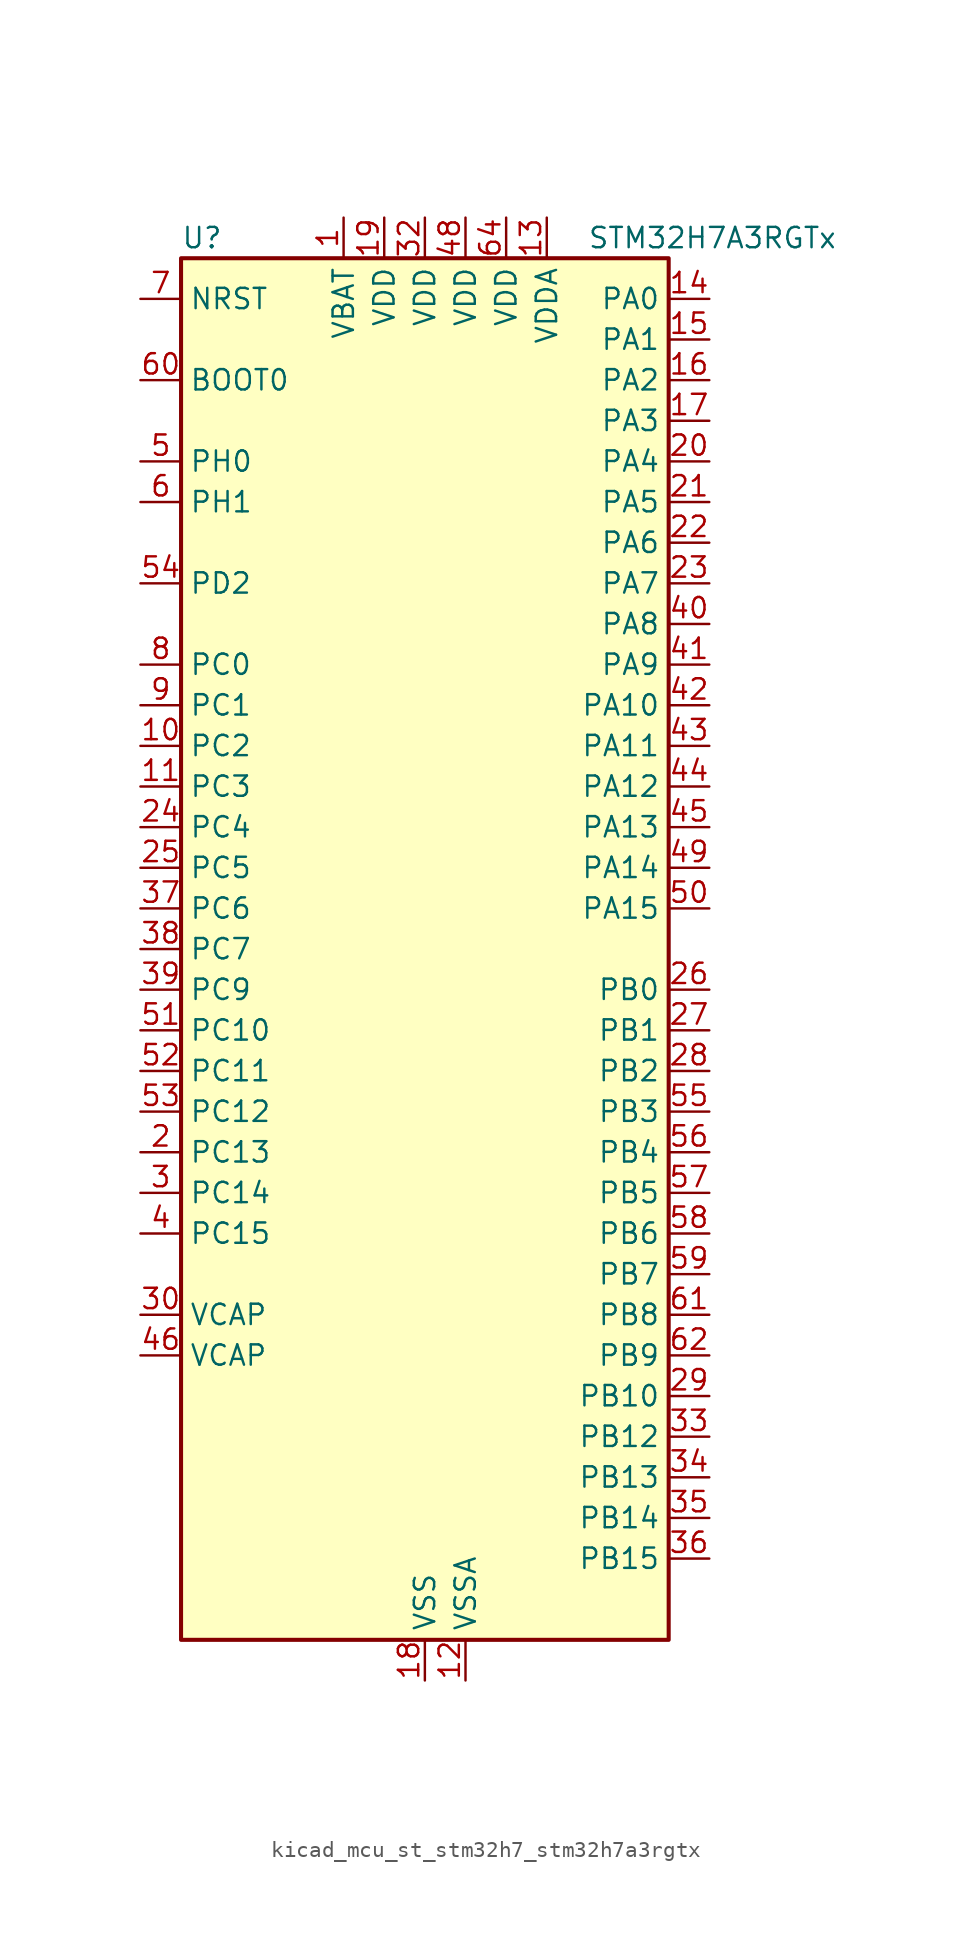
<source format=kicad_sym>
(kicad_symbol_lib
  (version 20220914)
  (generator kicad_symbol_editor)
  (symbol "kicad_mcu_st_stm32h7_stm32h7a3rgtx"
    (property "Reference" "U"
      (at -15.24 44.45 0)
      (effects (font (size 1.27 1.27)) (justify left)))
    (property "Value" "STM32H7A3RGTx"
      (at 10.16 44.45 0)
      (effects (font (size 1.27 1.27)) (justify left)))
    (property "ki_locked" ""
      (at 0 0 0)
      (effects (font (size 1.27 1.27))))
    (symbol "kicad_mcu_st_stm32h7_stm32h7a3rgtx_0_1"
      (rectangle (start -15.24 -43.18) (end 15.24 43.18) (stroke (width 0.254) (type default)) (fill (type background))))
    (symbol "kicad_mcu_st_stm32h7_stm32h7a3rgtx_1_1"
      (pin power_in line (at -5.08 45.72 270) (length 2.54) (name "VBAT" (effects (font (size 1.27 1.27)))) (number "1" (effects (font (size 1.27 1.27)))))
      (pin bidirectional line (at -17.78 12.7 0) (length 2.54) (name "PC2" (effects (font (size 1.27 1.27)))) (number "10" (effects (font (size 1.27 1.27)))) (alternate "ADC1_INN11" bidirectional line) (alternate "ADC1_INP12" bidirectional line) (alternate "ADC2_INN11" bidirectional line) (alternate "ADC2_INP12" bidirectional line) (alternate "DFSDM1_CKIN1" bidirectional line) (alternate "DFSDM1_CKOUT" bidirectional line) (alternate "I2S2_SDI" bidirectional line) (alternate "OCTOSPIM_P1_IO2" bidirectional line) (alternate "OCTOSPIM_P1_IO5" bidirectional line) (alternate "PWR_CSTOP" bidirectional line) (alternate "SPI2_MISO" bidirectional line) (alternate "USB_OTG_HS_ULPI_DIR" bidirectional line))
      (pin bidirectional line (at -17.78 10.16 0) (length 2.54) (name "PC3" (effects (font (size 1.27 1.27)))) (number "11" (effects (font (size 1.27 1.27)))) (alternate "ADC1_INN12" bidirectional line) (alternate "ADC1_INP13" bidirectional line) (alternate "ADC2_INN12" bidirectional line) (alternate "ADC2_INP13" bidirectional line) (alternate "DFSDM1_DATIN1" bidirectional line) (alternate "I2S2_SDO" bidirectional line) (alternate "OCTOSPIM_P1_IO0" bidirectional line) (alternate "OCTOSPIM_P1_IO6" bidirectional line) (alternate "PWR_CSLEEP" bidirectional line) (alternate "SPI2_MOSI" bidirectional line) (alternate "USB_OTG_HS_ULPI_NXT" bidirectional line))
      (pin power_in line (at 2.54 -45.72 90) (length 2.54) (name "VSSA" (effects (font (size 1.27 1.27)))) (number "12" (effects (font (size 1.27 1.27)))))
      (pin power_in line (at 7.62 45.72 270) (length 2.54) (name "VDDA" (effects (font (size 1.27 1.27)))) (number "13" (effects (font (size 1.27 1.27)))))
      (pin bidirectional line (at 17.78 40.64 180) (length 2.54) (name "PA0" (effects (font (size 1.27 1.27)))) (number "14" (effects (font (size 1.27 1.27)))) (alternate "ADC1_INP16" bidirectional line) (alternate "I2S6_WS" bidirectional line) (alternate "PWR_WKUP1" bidirectional line) (alternate "SAI2_SD_B" bidirectional line) (alternate "SDMMC2_CMD" bidirectional line) (alternate "SPI6_NSS" bidirectional line) (alternate "TIM15_BKIN" bidirectional line) (alternate "TIM2_CH1" bidirectional line) (alternate "TIM2_ETR" bidirectional line) (alternate "TIM5_CH1" bidirectional line) (alternate "TIM8_ETR" bidirectional line) (alternate "UART4_TX" bidirectional line) (alternate "USART2_CTS" bidirectional line) (alternate "USART2_NSS" bidirectional line))
      (pin bidirectional line (at 17.78 38.1 180) (length 2.54) (name "PA1" (effects (font (size 1.27 1.27)))) (number "15" (effects (font (size 1.27 1.27)))) (alternate "ADC1_INN16" bidirectional line) (alternate "ADC1_INP17" bidirectional line) (alternate "LPTIM3_OUT" bidirectional line) (alternate "LTDC_R2" bidirectional line) (alternate "OCTOSPIM_P1_DQS" bidirectional line) (alternate "OCTOSPIM_P1_IO3" bidirectional line) (alternate "SAI2_MCLK_B" bidirectional line) (alternate "TIM15_CH1N" bidirectional line) (alternate "TIM2_CH2" bidirectional line) (alternate "TIM5_CH2" bidirectional line) (alternate "UART4_RX" bidirectional line) (alternate "USART2_DE" bidirectional line) (alternate "USART2_RTS" bidirectional line))
      (pin bidirectional line (at 17.78 35.56 180) (length 2.54) (name "PA2" (effects (font (size 1.27 1.27)))) (number "16" (effects (font (size 1.27 1.27)))) (alternate "ADC1_INP14" bidirectional line) (alternate "DFSDM2_CKIN1" bidirectional line) (alternate "LTDC_R1" bidirectional line) (alternate "MDIOS_MDIO" bidirectional line) (alternate "PWR_WKUP2" bidirectional line) (alternate "SAI2_SCK_B" bidirectional line) (alternate "TIM15_CH1" bidirectional line) (alternate "TIM2_CH3" bidirectional line) (alternate "TIM5_CH3" bidirectional line) (alternate "USART2_TX" bidirectional line))
      (pin bidirectional line (at 17.78 33.02 180) (length 2.54) (name "PA3" (effects (font (size 1.27 1.27)))) (number "17" (effects (font (size 1.27 1.27)))) (alternate "ADC1_INP15" bidirectional line) (alternate "I2S6_MCK" bidirectional line) (alternate "LTDC_B2" bidirectional line) (alternate "LTDC_B5" bidirectional line) (alternate "OCTOSPIM_P1_CLK" bidirectional line) (alternate "TIM15_CH2" bidirectional line) (alternate "TIM2_CH4" bidirectional line) (alternate "TIM5_CH4" bidirectional line) (alternate "USART2_RX" bidirectional line) (alternate "USB_OTG_HS_ULPI_D0" bidirectional line))
      (pin power_in line (at 0 -45.72 90) (length 2.54) (name "VSS" (effects (font (size 1.27 1.27)))) (number "18" (effects (font (size 1.27 1.27)))))
      (pin power_in line (at -2.54 45.72 270) (length 2.54) (name "VDD" (effects (font (size 1.27 1.27)))) (number "19" (effects (font (size 1.27 1.27)))))
      (pin bidirectional line (at -17.78 -12.7 0) (length 2.54) (name "PC13" (effects (font (size 1.27 1.27)))) (number "2" (effects (font (size 1.27 1.27)))) (alternate "PWR_WKUP4" bidirectional line) (alternate "RTC_OUT_ALARM" bidirectional line) (alternate "RTC_OUT_CALIB" bidirectional line) (alternate "RTC_TAMP1" bidirectional line) (alternate "RTC_TS" bidirectional line))
      (pin bidirectional line (at 17.78 30.48 180) (length 2.54) (name "PA4" (effects (font (size 1.27 1.27)))) (number "20" (effects (font (size 1.27 1.27)))) (alternate "ADC1_INP18" bidirectional line) (alternate "DAC1_OUT1" bidirectional line) (alternate "DCMI_HSYNC" bidirectional line) (alternate "I2S1_WS" bidirectional line) (alternate "I2S3_WS" bidirectional line) (alternate "I2S6_WS" bidirectional line) (alternate "LTDC_VSYNC" bidirectional line) (alternate "PSSI_DE" bidirectional line) (alternate "SPI1_NSS" bidirectional line) (alternate "SPI3_NSS" bidirectional line) (alternate "SPI6_NSS" bidirectional line) (alternate "TIM5_ETR" bidirectional line) (alternate "USART2_CK" bidirectional line))
      (pin bidirectional line (at 17.78 27.94 180) (length 2.54) (name "PA5" (effects (font (size 1.27 1.27)))) (number "21" (effects (font (size 1.27 1.27)))) (alternate "ADC1_INN18" bidirectional line) (alternate "ADC1_INP19" bidirectional line) (alternate "DAC1_OUT2" bidirectional line) (alternate "I2S1_CK" bidirectional line) (alternate "I2S6_CK" bidirectional line) (alternate "LTDC_R4" bidirectional line) (alternate "PSSI_D14" bidirectional line) (alternate "PWR_NDSTOP2" bidirectional line) (alternate "SPI1_SCK" bidirectional line) (alternate "SPI6_SCK" bidirectional line) (alternate "TIM2_CH1" bidirectional line) (alternate "TIM2_ETR" bidirectional line) (alternate "TIM8_CH1N" bidirectional line) (alternate "USB_OTG_HS_ULPI_CK" bidirectional line))
      (pin bidirectional line (at 17.78 25.4 180) (length 2.54) (name "PA6" (effects (font (size 1.27 1.27)))) (number "22" (effects (font (size 1.27 1.27)))) (alternate "ADC1_INP3" bidirectional line) (alternate "ADC2_INP3" bidirectional line) (alternate "DAC2_OUT1" bidirectional line) (alternate "DCMI_PIXCLK" bidirectional line) (alternate "I2S1_SDI" bidirectional line) (alternate "I2S6_SDI" bidirectional line) (alternate "LTDC_G2" bidirectional line) (alternate "MDIOS_MDC" bidirectional line) (alternate "OCTOSPIM_P1_IO3" bidirectional line) (alternate "PSSI_PDCK" bidirectional line) (alternate "SPI1_MISO" bidirectional line) (alternate "SPI6_MISO" bidirectional line) (alternate "TIM13_CH1" bidirectional line) (alternate "TIM1_BKIN" bidirectional line) (alternate "TIM1_BKIN_COMP1" bidirectional line) (alternate "TIM3_CH1" bidirectional line) (alternate "TIM8_BKIN" bidirectional line) (alternate "TIM8_BKIN_COMP1" bidirectional line))
      (pin bidirectional line (at 17.78 22.86 180) (length 2.54) (name "PA7" (effects (font (size 1.27 1.27)))) (number "23" (effects (font (size 1.27 1.27)))) (alternate "ADC1_INN3" bidirectional line) (alternate "ADC1_INP7" bidirectional line) (alternate "ADC2_INN3" bidirectional line) (alternate "ADC2_INP7" bidirectional line) (alternate "DFSDM2_DATIN1" bidirectional line) (alternate "I2S1_SDO" bidirectional line) (alternate "I2S6_SDO" bidirectional line) (alternate "LTDC_VSYNC" bidirectional line) (alternate "OCTOSPIM_P1_IO2" bidirectional line) (alternate "OPAMP1_VINM" bidirectional line) (alternate "SPI1_MOSI" bidirectional line) (alternate "SPI6_MOSI" bidirectional line) (alternate "TIM14_CH1" bidirectional line) (alternate "TIM1_CH1N" bidirectional line) (alternate "TIM3_CH2" bidirectional line) (alternate "TIM8_CH1N" bidirectional line))
      (pin bidirectional line (at -17.78 7.62 0) (length 2.54) (name "PC4" (effects (font (size 1.27 1.27)))) (number "24" (effects (font (size 1.27 1.27)))) (alternate "ADC1_INP4" bidirectional line) (alternate "ADC2_INP4" bidirectional line) (alternate "COMP1_INM" bidirectional line) (alternate "DFSDM1_CKIN2" bidirectional line) (alternate "I2S1_MCK" bidirectional line) (alternate "LTDC_R7" bidirectional line) (alternate "OPAMP1_VOUT" bidirectional line) (alternate "SPDIFRX_IN2" bidirectional line))
      (pin bidirectional line (at -17.78 5.08 0) (length 2.54) (name "PC5" (effects (font (size 1.27 1.27)))) (number "25" (effects (font (size 1.27 1.27)))) (alternate "ADC1_INN4" bidirectional line) (alternate "ADC1_INP8" bidirectional line) (alternate "ADC2_INN4" bidirectional line) (alternate "ADC2_INP8" bidirectional line) (alternate "COMP1_OUT" bidirectional line) (alternate "DFSDM1_DATIN2" bidirectional line) (alternate "LTDC_DE" bidirectional line) (alternate "OCTOSPIM_P1_DQS" bidirectional line) (alternate "OPAMP1_VINM" bidirectional line) (alternate "PSSI_D15" bidirectional line) (alternate "SPDIFRX_IN3" bidirectional line))
      (pin bidirectional line (at 17.78 -2.54 180) (length 2.54) (name "PB0" (effects (font (size 1.27 1.27)))) (number "26" (effects (font (size 1.27 1.27)))) (alternate "ADC1_INN5" bidirectional line) (alternate "ADC1_INP9" bidirectional line) (alternate "ADC2_INN5" bidirectional line) (alternate "ADC2_INP9" bidirectional line) (alternate "COMP1_INP" bidirectional line) (alternate "DFSDM1_CKOUT" bidirectional line) (alternate "DFSDM2_CKOUT" bidirectional line) (alternate "LTDC_G1" bidirectional line) (alternate "LTDC_R3" bidirectional line) (alternate "OCTOSPIM_P1_IO1" bidirectional line) (alternate "OPAMP1_VINP" bidirectional line) (alternate "TIM1_CH2N" bidirectional line) (alternate "TIM3_CH3" bidirectional line) (alternate "TIM8_CH2N" bidirectional line) (alternate "UART4_CTS" bidirectional line) (alternate "USB_OTG_HS_ULPI_D1" bidirectional line))
      (pin bidirectional line (at 17.78 -5.08 180) (length 2.54) (name "PB1" (effects (font (size 1.27 1.27)))) (number "27" (effects (font (size 1.27 1.27)))) (alternate "ADC1_INP5" bidirectional line) (alternate "ADC2_INP5" bidirectional line) (alternate "COMP1_INM" bidirectional line) (alternate "DFSDM1_DATIN1" bidirectional line) (alternate "LTDC_G0" bidirectional line) (alternate "LTDC_R6" bidirectional line) (alternate "OCTOSPIM_P1_IO0" bidirectional line) (alternate "TIM1_CH3N" bidirectional line) (alternate "TIM3_CH4" bidirectional line) (alternate "TIM8_CH3N" bidirectional line) (alternate "USB_OTG_HS_ULPI_D2" bidirectional line))
      (pin bidirectional line (at 17.78 -7.62 180) (length 2.54) (name "PB2" (effects (font (size 1.27 1.27)))) (number "28" (effects (font (size 1.27 1.27)))) (alternate "COMP1_INP" bidirectional line) (alternate "DFSDM1_CKIN1" bidirectional line) (alternate "I2S3_SDO" bidirectional line) (alternate "OCTOSPIM_P1_CLK" bidirectional line) (alternate "OCTOSPIM_P1_DQS" bidirectional line) (alternate "RTC_OUT_ALARM" bidirectional line) (alternate "RTC_OUT_CALIB" bidirectional line) (alternate "SPI3_MOSI" bidirectional line))
      (pin bidirectional line (at 17.78 -27.94 180) (length 2.54) (name "PB10" (effects (font (size 1.27 1.27)))) (number "29" (effects (font (size 1.27 1.27)))) (alternate "DFSDM1_DATIN7" bidirectional line) (alternate "I2S2_CK" bidirectional line) (alternate "LPTIM2_IN1" bidirectional line) (alternate "LTDC_G4" bidirectional line) (alternate "OCTOSPIM_P1_NCS" bidirectional line) (alternate "SPI2_SCK" bidirectional line) (alternate "TIM2_CH3" bidirectional line) (alternate "USART3_TX" bidirectional line) (alternate "USB_OTG_HS_ULPI_D3" bidirectional line))
      (pin bidirectional line (at -17.78 -15.24 0) (length 2.54) (name "PC14" (effects (font (size 1.27 1.27)))) (number "3" (effects (font (size 1.27 1.27)))) (alternate "RCC_OSC32_IN" bidirectional line))
      (pin power_out line (at -17.78 -22.86 0) (length 2.54) (name "VCAP" (effects (font (size 1.27 1.27)))) (number "30" (effects (font (size 1.27 1.27)))))
      (pin passive line (at 0 -45.72 90) (length 2.54) hide (name "VSS" (effects (font (size 1.27 1.27)))) (number "31" (effects (font (size 1.27 1.27)))))
      (pin power_in line (at 0 45.72 270) (length 2.54) (name "VDD" (effects (font (size 1.27 1.27)))) (number "32" (effects (font (size 1.27 1.27)))))
      (pin bidirectional line (at 17.78 -30.48 180) (length 2.54) (name "PB12" (effects (font (size 1.27 1.27)))) (number "33" (effects (font (size 1.27 1.27)))) (alternate "DFSDM1_DATIN1" bidirectional line) (alternate "DFSDM2_DATIN1" bidirectional line) (alternate "FDCAN2_RX" bidirectional line) (alternate "I2S2_WS" bidirectional line) (alternate "OCTOSPIM_P1_NCLK" bidirectional line) (alternate "SPI2_NSS" bidirectional line) (alternate "TIM1_BKIN" bidirectional line) (alternate "TIM1_BKIN_COMP1" bidirectional line) (alternate "UART5_RX" bidirectional line) (alternate "USART3_CK" bidirectional line) (alternate "USB_OTG_HS_ULPI_D5" bidirectional line))
      (pin bidirectional line (at 17.78 -33.02 180) (length 2.54) (name "PB13" (effects (font (size 1.27 1.27)))) (number "34" (effects (font (size 1.27 1.27)))) (alternate "DCMI_D2" bidirectional line) (alternate "DFSDM1_CKIN1" bidirectional line) (alternate "DFSDM2_CKIN1" bidirectional line) (alternate "FDCAN2_TX" bidirectional line) (alternate "I2S2_CK" bidirectional line) (alternate "LPTIM2_OUT" bidirectional line) (alternate "PSSI_D2" bidirectional line) (alternate "SDMMC1_D0" bidirectional line) (alternate "SPI2_SCK" bidirectional line) (alternate "TIM1_CH1N" bidirectional line) (alternate "UART5_TX" bidirectional line) (alternate "USART3_CTS" bidirectional line) (alternate "USART3_NSS" bidirectional line) (alternate "USB_OTG_HS_ULPI_D6" bidirectional line))
      (pin bidirectional line (at 17.78 -35.56 180) (length 2.54) (name "PB14" (effects (font (size 1.27 1.27)))) (number "35" (effects (font (size 1.27 1.27)))) (alternate "DFSDM1_DATIN2" bidirectional line) (alternate "I2S2_SDI" bidirectional line) (alternate "LTDC_CLK" bidirectional line) (alternate "SDMMC2_D0" bidirectional line) (alternate "SPI2_MISO" bidirectional line) (alternate "TIM12_CH1" bidirectional line) (alternate "TIM1_CH2N" bidirectional line) (alternate "TIM8_CH2N" bidirectional line) (alternate "UART4_DE" bidirectional line) (alternate "UART4_RTS" bidirectional line) (alternate "USART1_TX" bidirectional line) (alternate "USART3_DE" bidirectional line) (alternate "USART3_RTS" bidirectional line))
      (pin bidirectional line (at 17.78 -38.1 180) (length 2.54) (name "PB15" (effects (font (size 1.27 1.27)))) (number "36" (effects (font (size 1.27 1.27)))) (alternate "ADC1_EXTI15" bidirectional line) (alternate "ADC2_EXTI15" bidirectional line) (alternate "DFSDM1_CKIN2" bidirectional line) (alternate "I2S2_SDO" bidirectional line) (alternate "LTDC_G7" bidirectional line) (alternate "RTC_REFIN" bidirectional line) (alternate "SDMMC2_D1" bidirectional line) (alternate "SPI2_MOSI" bidirectional line) (alternate "TIM12_CH2" bidirectional line) (alternate "TIM1_CH3N" bidirectional line) (alternate "TIM8_CH3N" bidirectional line) (alternate "UART4_CTS" bidirectional line) (alternate "USART1_RX" bidirectional line))
      (pin bidirectional line (at -17.78 2.54 0) (length 2.54) (name "PC6" (effects (font (size 1.27 1.27)))) (number "37" (effects (font (size 1.27 1.27)))) (alternate "DCMI_D0" bidirectional line) (alternate "DFSDM1_CKIN3" bidirectional line) (alternate "I2S2_MCK" bidirectional line) (alternate "LTDC_HSYNC" bidirectional line) (alternate "PSSI_D0" bidirectional line) (alternate "SDMMC1_D0DIR" bidirectional line) (alternate "SDMMC1_D6" bidirectional line) (alternate "SDMMC2_D6" bidirectional line) (alternate "SWPMI1_IO" bidirectional line) (alternate "TIM3_CH1" bidirectional line) (alternate "TIM8_CH1" bidirectional line) (alternate "USART6_TX" bidirectional line))
      (pin bidirectional line (at -17.78 0 0) (length 2.54) (name "PC7" (effects (font (size 1.27 1.27)))) (number "38" (effects (font (size 1.27 1.27)))) (alternate "DCMI_D1" bidirectional line) (alternate "DEBUG_TRGIO" bidirectional line) (alternate "DFSDM1_DATIN3" bidirectional line) (alternate "I2S3_MCK" bidirectional line) (alternate "LTDC_G6" bidirectional line) (alternate "PSSI_D1" bidirectional line) (alternate "SDMMC1_D123DIR" bidirectional line) (alternate "SDMMC1_D7" bidirectional line) (alternate "SDMMC2_D7" bidirectional line) (alternate "SWPMI1_TX" bidirectional line) (alternate "TIM3_CH2" bidirectional line) (alternate "TIM8_CH2" bidirectional line) (alternate "USART6_RX" bidirectional line))
      (pin bidirectional line (at -17.78 -2.54 0) (length 2.54) (name "PC9" (effects (font (size 1.27 1.27)))) (number "39" (effects (font (size 1.27 1.27)))) (alternate "DAC1_EXTI9" bidirectional line) (alternate "DCMI_D3" bidirectional line) (alternate "I2C3_SDA" bidirectional line) (alternate "I2S_CKIN" bidirectional line) (alternate "LTDC_B2" bidirectional line) (alternate "LTDC_G3" bidirectional line) (alternate "OCTOSPIM_P1_IO0" bidirectional line) (alternate "PSSI_D3" bidirectional line) (alternate "RCC_MCO_2" bidirectional line) (alternate "SDMMC1_D1" bidirectional line) (alternate "SWPMI1_SUSPEND" bidirectional line) (alternate "TIM3_CH4" bidirectional line) (alternate "TIM8_CH4" bidirectional line) (alternate "UART5_CTS" bidirectional line))
      (pin bidirectional line (at -17.78 -17.78 0) (length 2.54) (name "PC15" (effects (font (size 1.27 1.27)))) (number "4" (effects (font (size 1.27 1.27)))) (alternate "ADC1_EXTI15" bidirectional line) (alternate "ADC2_EXTI15" bidirectional line) (alternate "RCC_OSC32_OUT" bidirectional line))
      (pin bidirectional line (at 17.78 20.32 180) (length 2.54) (name "PA8" (effects (font (size 1.27 1.27)))) (number "40" (effects (font (size 1.27 1.27)))) (alternate "I2C3_SCL" bidirectional line) (alternate "LTDC_B3" bidirectional line) (alternate "LTDC_R6" bidirectional line) (alternate "RCC_MCO_1" bidirectional line) (alternate "TIM1_CH1" bidirectional line) (alternate "TIM8_BKIN2" bidirectional line) (alternate "TIM8_BKIN2_COMP1" bidirectional line) (alternate "UART7_RX" bidirectional line) (alternate "USART1_CK" bidirectional line) (alternate "USB_OTG_HS_SOF" bidirectional line))
      (pin bidirectional line (at 17.78 17.78 180) (length 2.54) (name "PA9" (effects (font (size 1.27 1.27)))) (number "41" (effects (font (size 1.27 1.27)))) (alternate "DAC1_EXTI9" bidirectional line) (alternate "DCMI_D0" bidirectional line) (alternate "I2C3_SMBA" bidirectional line) (alternate "I2S2_CK" bidirectional line) (alternate "LPUART1_TX" bidirectional line) (alternate "LTDC_R5" bidirectional line) (alternate "PSSI_D0" bidirectional line) (alternate "SPI2_SCK" bidirectional line) (alternate "TIM1_CH2" bidirectional line) (alternate "USART1_TX" bidirectional line) (alternate "USB_OTG_HS_VBUS" bidirectional line))
      (pin bidirectional line (at 17.78 15.24 180) (length 2.54) (name "PA10" (effects (font (size 1.27 1.27)))) (number "42" (effects (font (size 1.27 1.27)))) (alternate "DCMI_D1" bidirectional line) (alternate "LPUART1_RX" bidirectional line) (alternate "LTDC_B1" bidirectional line) (alternate "LTDC_B4" bidirectional line) (alternate "MDIOS_MDIO" bidirectional line) (alternate "PSSI_D1" bidirectional line) (alternate "TIM1_CH3" bidirectional line) (alternate "USART1_RX" bidirectional line) (alternate "USB_OTG_HS_ID" bidirectional line))
      (pin bidirectional line (at 17.78 12.7 180) (length 2.54) (name "PA11" (effects (font (size 1.27 1.27)))) (number "43" (effects (font (size 1.27 1.27)))) (alternate "ADC1_EXTI11" bidirectional line) (alternate "ADC2_EXTI11" bidirectional line) (alternate "FDCAN1_RX" bidirectional line) (alternate "I2S2_WS" bidirectional line) (alternate "LPUART1_CTS" bidirectional line) (alternate "LTDC_R4" bidirectional line) (alternate "SPI2_NSS" bidirectional line) (alternate "TIM1_CH4" bidirectional line) (alternate "UART4_RX" bidirectional line) (alternate "USART1_CTS" bidirectional line) (alternate "USART1_NSS" bidirectional line) (alternate "USB_OTG_HS_DM" bidirectional line))
      (pin bidirectional line (at 17.78 10.16 180) (length 2.54) (name "PA12" (effects (font (size 1.27 1.27)))) (number "44" (effects (font (size 1.27 1.27)))) (alternate "FDCAN1_TX" bidirectional line) (alternate "I2S2_CK" bidirectional line) (alternate "LPUART1_DE" bidirectional line) (alternate "LPUART1_RTS" bidirectional line) (alternate "LTDC_R5" bidirectional line) (alternate "SAI2_FS_B" bidirectional line) (alternate "SPI2_SCK" bidirectional line) (alternate "TIM1_ETR" bidirectional line) (alternate "UART4_TX" bidirectional line) (alternate "USART1_DE" bidirectional line) (alternate "USART1_RTS" bidirectional line) (alternate "USB_OTG_HS_DP" bidirectional line))
      (pin bidirectional line (at 17.78 7.62 180) (length 2.54) (name "PA13" (effects (font (size 1.27 1.27)))) (number "45" (effects (font (size 1.27 1.27)))) (alternate "DEBUG_JTMS-SWDIO" bidirectional line))
      (pin power_out line (at -17.78 -25.4 0) (length 2.54) (name "VCAP" (effects (font (size 1.27 1.27)))) (number "46" (effects (font (size 1.27 1.27)))))
      (pin passive line (at 0 -45.72 90) (length 2.54) hide (name "VSS" (effects (font (size 1.27 1.27)))) (number "47" (effects (font (size 1.27 1.27)))))
      (pin power_in line (at 2.54 45.72 270) (length 2.54) (name "VDD" (effects (font (size 1.27 1.27)))) (number "48" (effects (font (size 1.27 1.27)))))
      (pin bidirectional line (at 17.78 5.08 180) (length 2.54) (name "PA14" (effects (font (size 1.27 1.27)))) (number "49" (effects (font (size 1.27 1.27)))) (alternate "DEBUG_JTCK-SWCLK" bidirectional line))
      (pin bidirectional line (at -17.78 30.48 0) (length 2.54) (name "PH0" (effects (font (size 1.27 1.27)))) (number "5" (effects (font (size 1.27 1.27)))) (alternate "RCC_OSC_IN" bidirectional line))
      (pin bidirectional line (at 17.78 2.54 180) (length 2.54) (name "PA15" (effects (font (size 1.27 1.27)))) (number "50" (effects (font (size 1.27 1.27)))) (alternate "ADC1_EXTI15" bidirectional line) (alternate "ADC2_EXTI15" bidirectional line) (alternate "CEC" bidirectional line) (alternate "DEBUG_JTDI" bidirectional line) (alternate "I2S1_WS" bidirectional line) (alternate "I2S3_WS" bidirectional line) (alternate "I2S6_WS" bidirectional line) (alternate "LTDC_B6" bidirectional line) (alternate "LTDC_R3" bidirectional line) (alternate "SPI1_NSS" bidirectional line) (alternate "SPI3_NSS" bidirectional line) (alternate "SPI6_NSS" bidirectional line) (alternate "TIM2_CH1" bidirectional line) (alternate "TIM2_ETR" bidirectional line) (alternate "UART4_DE" bidirectional line) (alternate "UART4_RTS" bidirectional line) (alternate "UART7_TX" bidirectional line))
      (pin bidirectional line (at -17.78 -5.08 0) (length 2.54) (name "PC10" (effects (font (size 1.27 1.27)))) (number "51" (effects (font (size 1.27 1.27)))) (alternate "DCMI_D8" bidirectional line) (alternate "DFSDM1_CKIN5" bidirectional line) (alternate "DFSDM2_CKIN0" bidirectional line) (alternate "I2S3_CK" bidirectional line) (alternate "LTDC_B1" bidirectional line) (alternate "LTDC_R2" bidirectional line) (alternate "OCTOSPIM_P1_IO1" bidirectional line) (alternate "PSSI_D8" bidirectional line) (alternate "SDMMC1_D2" bidirectional line) (alternate "SPI3_SCK" bidirectional line) (alternate "SWPMI1_RX" bidirectional line) (alternate "UART4_TX" bidirectional line) (alternate "USART3_TX" bidirectional line))
      (pin bidirectional line (at -17.78 -7.62 0) (length 2.54) (name "PC11" (effects (font (size 1.27 1.27)))) (number "52" (effects (font (size 1.27 1.27)))) (alternate "ADC1_EXTI11" bidirectional line) (alternate "ADC2_EXTI11" bidirectional line) (alternate "DCMI_D4" bidirectional line) (alternate "DFSDM1_DATIN5" bidirectional line) (alternate "DFSDM2_DATIN0" bidirectional line) (alternate "I2S3_SDI" bidirectional line) (alternate "LTDC_B4" bidirectional line) (alternate "OCTOSPIM_P1_NCS" bidirectional line) (alternate "PSSI_D4" bidirectional line) (alternate "SDMMC1_D3" bidirectional line) (alternate "SPI3_MISO" bidirectional line) (alternate "UART4_RX" bidirectional line) (alternate "USART3_RX" bidirectional line))
      (pin bidirectional line (at -17.78 -10.16 0) (length 2.54) (name "PC12" (effects (font (size 1.27 1.27)))) (number "53" (effects (font (size 1.27 1.27)))) (alternate "DCMI_D9" bidirectional line) (alternate "DEBUG_TRACED3" bidirectional line) (alternate "DFSDM2_CKOUT" bidirectional line) (alternate "I2S3_SDO" bidirectional line) (alternate "I2S6_CK" bidirectional line) (alternate "LTDC_R6" bidirectional line) (alternate "PSSI_D9" bidirectional line) (alternate "SDMMC1_CK" bidirectional line) (alternate "SPI3_MOSI" bidirectional line) (alternate "SPI6_SCK" bidirectional line) (alternate "TIM15_CH1" bidirectional line) (alternate "UART5_TX" bidirectional line) (alternate "USART3_CK" bidirectional line))
      (pin bidirectional line (at -17.78 22.86 0) (length 2.54) (name "PD2" (effects (font (size 1.27 1.27)))) (number "54" (effects (font (size 1.27 1.27)))) (alternate "DCMI_D11" bidirectional line) (alternate "DEBUG_TRACED2" bidirectional line) (alternate "LTDC_B2" bidirectional line) (alternate "LTDC_B7" bidirectional line) (alternate "PSSI_D11" bidirectional line) (alternate "SDMMC1_CMD" bidirectional line) (alternate "TIM15_BKIN" bidirectional line) (alternate "TIM3_ETR" bidirectional line) (alternate "UART5_RX" bidirectional line))
      (pin bidirectional line (at 17.78 -10.16 180) (length 2.54) (name "PB3" (effects (font (size 1.27 1.27)))) (number "55" (effects (font (size 1.27 1.27)))) (alternate "CRS_SYNC" bidirectional line) (alternate "DEBUG_JTDO-SWO" bidirectional line) (alternate "I2S1_CK" bidirectional line) (alternate "I2S3_CK" bidirectional line) (alternate "I2S6_CK" bidirectional line) (alternate "SDMMC2_D2" bidirectional line) (alternate "SPI1_SCK" bidirectional line) (alternate "SPI3_SCK" bidirectional line) (alternate "SPI6_SCK" bidirectional line) (alternate "TIM2_CH2" bidirectional line) (alternate "UART7_RX" bidirectional line))
      (pin bidirectional line (at 17.78 -12.7 180) (length 2.54) (name "PB4" (effects (font (size 1.27 1.27)))) (number "56" (effects (font (size 1.27 1.27)))) (alternate "DEBUG_JTRST" bidirectional line) (alternate "I2S1_SDI" bidirectional line) (alternate "I2S2_WS" bidirectional line) (alternate "I2S3_SDI" bidirectional line) (alternate "I2S6_SDI" bidirectional line) (alternate "SDMMC2_D3" bidirectional line) (alternate "SPI1_MISO" bidirectional line) (alternate "SPI2_NSS" bidirectional line) (alternate "SPI3_MISO" bidirectional line) (alternate "SPI6_MISO" bidirectional line) (alternate "TIM16_BKIN" bidirectional line) (alternate "TIM3_CH1" bidirectional line) (alternate "UART7_TX" bidirectional line))
      (pin bidirectional line (at 17.78 -15.24 180) (length 2.54) (name "PB5" (effects (font (size 1.27 1.27)))) (number "57" (effects (font (size 1.27 1.27)))) (alternate "DCMI_D10" bidirectional line) (alternate "FDCAN2_RX" bidirectional line) (alternate "I2C1_SMBA" bidirectional line) (alternate "I2C4_SMBA" bidirectional line) (alternate "I2S1_SDO" bidirectional line) (alternate "I2S3_SDO" bidirectional line) (alternate "I2S6_SDO" bidirectional line) (alternate "LTDC_B5" bidirectional line) (alternate "PSSI_D10" bidirectional line) (alternate "SPI1_MOSI" bidirectional line) (alternate "SPI3_MOSI" bidirectional line) (alternate "SPI6_MOSI" bidirectional line) (alternate "TIM17_BKIN" bidirectional line) (alternate "TIM3_CH2" bidirectional line) (alternate "UART5_RX" bidirectional line) (alternate "USB_OTG_HS_ULPI_D7" bidirectional line))
      (pin bidirectional line (at 17.78 -17.78 180) (length 2.54) (name "PB6" (effects (font (size 1.27 1.27)))) (number "58" (effects (font (size 1.27 1.27)))) (alternate "CEC" bidirectional line) (alternate "DCMI_D5" bidirectional line) (alternate "DFSDM1_DATIN5" bidirectional line) (alternate "FDCAN2_TX" bidirectional line) (alternate "I2C1_SCL" bidirectional line) (alternate "I2C4_SCL" bidirectional line) (alternate "LPUART1_TX" bidirectional line) (alternate "OCTOSPIM_P1_NCS" bidirectional line) (alternate "PSSI_D5" bidirectional line) (alternate "TIM16_CH1N" bidirectional line) (alternate "TIM4_CH1" bidirectional line) (alternate "UART5_TX" bidirectional line) (alternate "USART1_TX" bidirectional line))
      (pin bidirectional line (at 17.78 -20.32 180) (length 2.54) (name "PB7" (effects (font (size 1.27 1.27)))) (number "59" (effects (font (size 1.27 1.27)))) (alternate "DCMI_VSYNC" bidirectional line) (alternate "DFSDM1_CKIN5" bidirectional line) (alternate "I2C1_SDA" bidirectional line) (alternate "I2C4_SDA" bidirectional line) (alternate "LPUART1_RX" bidirectional line) (alternate "PSSI_RDY" bidirectional line) (alternate "PWR_PVD_IN" bidirectional line) (alternate "TIM17_CH1N" bidirectional line) (alternate "TIM4_CH2" bidirectional line) (alternate "USART1_RX" bidirectional line))
      (pin bidirectional line (at -17.78 27.94 0) (length 2.54) (name "PH1" (effects (font (size 1.27 1.27)))) (number "6" (effects (font (size 1.27 1.27)))) (alternate "RCC_OSC_OUT" bidirectional line))
      (pin input line (at -17.78 35.56 0) (length 2.54) (name "BOOT0" (effects (font (size 1.27 1.27)))) (number "60" (effects (font (size 1.27 1.27)))))
      (pin bidirectional line (at 17.78 -22.86 180) (length 2.54) (name "PB8" (effects (font (size 1.27 1.27)))) (number "61" (effects (font (size 1.27 1.27)))) (alternate "DCMI_D6" bidirectional line) (alternate "DFSDM1_CKIN7" bidirectional line) (alternate "FDCAN1_RX" bidirectional line) (alternate "I2C1_SCL" bidirectional line) (alternate "I2C4_SCL" bidirectional line) (alternate "LTDC_B6" bidirectional line) (alternate "PSSI_D6" bidirectional line) (alternate "SDMMC1_CKIN" bidirectional line) (alternate "SDMMC1_D4" bidirectional line) (alternate "SDMMC2_D4" bidirectional line) (alternate "TIM16_CH1" bidirectional line) (alternate "TIM4_CH3" bidirectional line) (alternate "UART4_RX" bidirectional line))
      (pin bidirectional line (at 17.78 -25.4 180) (length 2.54) (name "PB9" (effects (font (size 1.27 1.27)))) (number "62" (effects (font (size 1.27 1.27)))) (alternate "DAC1_EXTI9" bidirectional line) (alternate "DCMI_D7" bidirectional line) (alternate "DFSDM1_DATIN7" bidirectional line) (alternate "FDCAN1_TX" bidirectional line) (alternate "I2C1_SDA" bidirectional line) (alternate "I2C4_SDA" bidirectional line) (alternate "I2C4_SMBA" bidirectional line) (alternate "I2S2_WS" bidirectional line) (alternate "LTDC_B7" bidirectional line) (alternate "PSSI_D7" bidirectional line) (alternate "SDMMC1_CDIR" bidirectional line) (alternate "SDMMC1_D5" bidirectional line) (alternate "SDMMC2_D5" bidirectional line) (alternate "SPI2_NSS" bidirectional line) (alternate "TIM17_CH1" bidirectional line) (alternate "TIM4_CH4" bidirectional line) (alternate "UART4_TX" bidirectional line))
      (pin passive line (at 0 -45.72 90) (length 2.54) hide (name "VSS" (effects (font (size 1.27 1.27)))) (number "63" (effects (font (size 1.27 1.27)))))
      (pin power_in line (at 5.08 45.72 270) (length 2.54) (name "VDD" (effects (font (size 1.27 1.27)))) (number "64" (effects (font (size 1.27 1.27)))))
      (pin input line (at -17.78 40.64 0) (length 2.54) (name "NRST" (effects (font (size 1.27 1.27)))) (number "7" (effects (font (size 1.27 1.27)))))
      (pin bidirectional line (at -17.78 17.78 0) (length 2.54) (name "PC0" (effects (font (size 1.27 1.27)))) (number "8" (effects (font (size 1.27 1.27)))) (alternate "ADC1_INP10" bidirectional line) (alternate "ADC2_INP10" bidirectional line) (alternate "DFSDM1_CKIN0" bidirectional line) (alternate "DFSDM1_DATIN4" bidirectional line) (alternate "LTDC_G2" bidirectional line) (alternate "LTDC_R5" bidirectional line) (alternate "SAI2_FS_B" bidirectional line) (alternate "USB_OTG_HS_ULPI_STP" bidirectional line))
      (pin bidirectional line (at -17.78 15.24 0) (length 2.54) (name "PC1" (effects (font (size 1.27 1.27)))) (number "9" (effects (font (size 1.27 1.27)))) (alternate "ADC1_INN10" bidirectional line) (alternate "ADC1_INP11" bidirectional line) (alternate "ADC2_INN10" bidirectional line) (alternate "ADC2_INP11" bidirectional line) (alternate "DEBUG_TRACED0" bidirectional line) (alternate "DFSDM1_CKIN4" bidirectional line) (alternate "DFSDM1_DATIN0" bidirectional line) (alternate "I2S2_SDO" bidirectional line) (alternate "LTDC_G5" bidirectional line) (alternate "MDIOS_MDC" bidirectional line) (alternate "OCTOSPIM_P1_IO4" bidirectional line) (alternate "PWR_WKUP6" bidirectional line) (alternate "RTC_TAMP3" bidirectional line) (alternate "SDMMC2_CK" bidirectional line) (alternate "SPI2_MOSI" bidirectional line)))))
</source>
